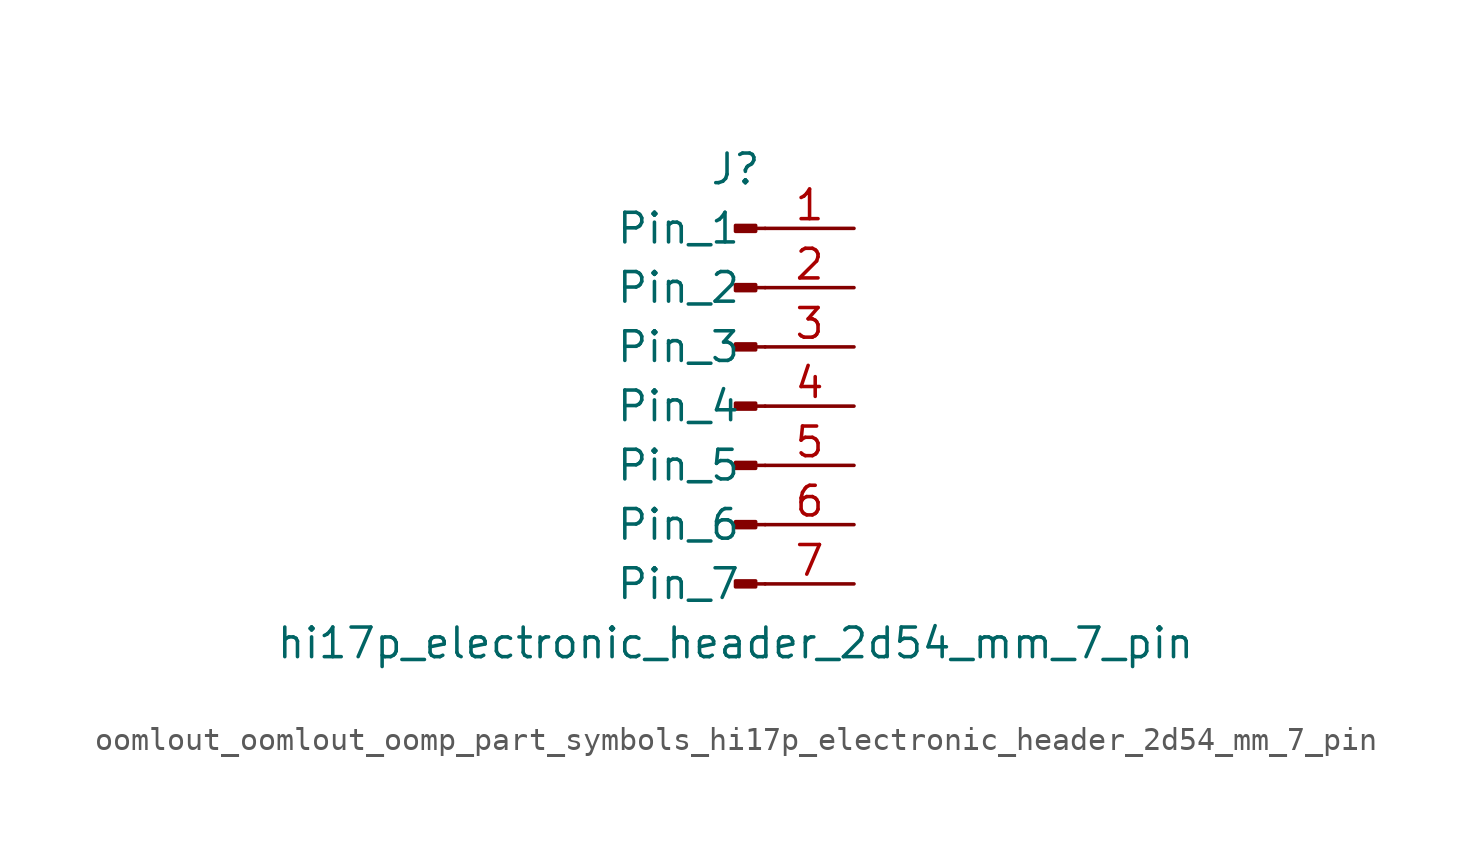
<source format=kicad_sym>
(kicad_symbol_lib
  (version 20220914)
  (generator kicad_symbol_editor)
  (symbol "oomlout_oomlout_oomp_part_symbols_hi17p_electronic_header_2d54_mm_7_pin"
    (pin_names
      (offset 1.016))
    (property "Reference" "J"
      (at 0 10.16 0)
      (effects (font (size 1.27 1.27))))
    (property "Value" "hi17p_electronic_header_2d54_mm_7_pin"
      (at 0 -10.16 0)
      (effects (font (size 1.27 1.27))))
    (property "ki_locked" ""
      (at 0 0 0)
      (effects (font (size 1.27 1.27))))
    (symbol "oomlout_oomlout_oomp_part_symbols_hi17p_electronic_header_2d54_mm_7_pin_1_1"
      (polyline (pts (xy 1.27 -7.62) (xy 0.864 -7.62)) (stroke (width 0.152) (type default)) (fill (type none)))
      (polyline (pts (xy 1.27 -5.08) (xy 0.864 -5.08)) (stroke (width 0.152) (type default)) (fill (type none)))
      (polyline (pts (xy 1.27 -2.54) (xy 0.864 -2.54)) (stroke (width 0.152) (type default)) (fill (type none)))
      (polyline (pts (xy 1.27 0) (xy 0.864 0)) (stroke (width 0.152) (type default)) (fill (type none)))
      (polyline (pts (xy 1.27 2.54) (xy 0.864 2.54)) (stroke (width 0.152) (type default)) (fill (type none)))
      (polyline (pts (xy 1.27 5.08) (xy 0.864 5.08)) (stroke (width 0.152) (type default)) (fill (type none)))
      (polyline (pts (xy 1.27 7.62) (xy 0.864 7.62)) (stroke (width 0.152) (type default)) (fill (type none)))
      (rectangle (start 0.864 -7.493) (end 0 -7.747) (stroke (width 0.152) (type default)) (fill (type outline)))
      (rectangle (start 0.864 -4.953) (end 0 -5.207) (stroke (width 0.152) (type default)) (fill (type outline)))
      (rectangle (start 0.864 -2.413) (end 0 -2.667) (stroke (width 0.152) (type default)) (fill (type outline)))
      (rectangle (start 0.864 0.127) (end 0 -0.127) (stroke (width 0.152) (type default)) (fill (type outline)))
      (rectangle (start 0.864 2.667) (end 0 2.413) (stroke (width 0.152) (type default)) (fill (type outline)))
      (rectangle (start 0.864 5.207) (end 0 4.953) (stroke (width 0.152) (type default)) (fill (type outline)))
      (rectangle (start 0.864 7.747) (end 0 7.493) (stroke (width 0.152) (type default)) (fill (type outline)))
      (pin passive line (at 5.08 7.62 180) (length 3.81) (name "Pin_1" (effects (font (size 1.27 1.27)))) (number "1" (effects (font (size 1.27 1.27)))))
      (pin passive line (at 5.08 5.08 180) (length 3.81) (name "Pin_2" (effects (font (size 1.27 1.27)))) (number "2" (effects (font (size 1.27 1.27)))))
      (pin passive line (at 5.08 2.54 180) (length 3.81) (name "Pin_3" (effects (font (size 1.27 1.27)))) (number "3" (effects (font (size 1.27 1.27)))))
      (pin passive line (at 5.08 0 180) (length 3.81) (name "Pin_4" (effects (font (size 1.27 1.27)))) (number "4" (effects (font (size 1.27 1.27)))))
      (pin passive line (at 5.08 -2.54 180) (length 3.81) (name "Pin_5" (effects (font (size 1.27 1.27)))) (number "5" (effects (font (size 1.27 1.27)))))
      (pin passive line (at 5.08 -5.08 180) (length 3.81) (name "Pin_6" (effects (font (size 1.27 1.27)))) (number "6" (effects (font (size 1.27 1.27)))))
      (pin passive line (at 5.08 -7.62 180) (length 3.81) (name "Pin_7" (effects (font (size 1.27 1.27)))) (number "7" (effects (font (size 1.27 1.27))))))))
</source>
